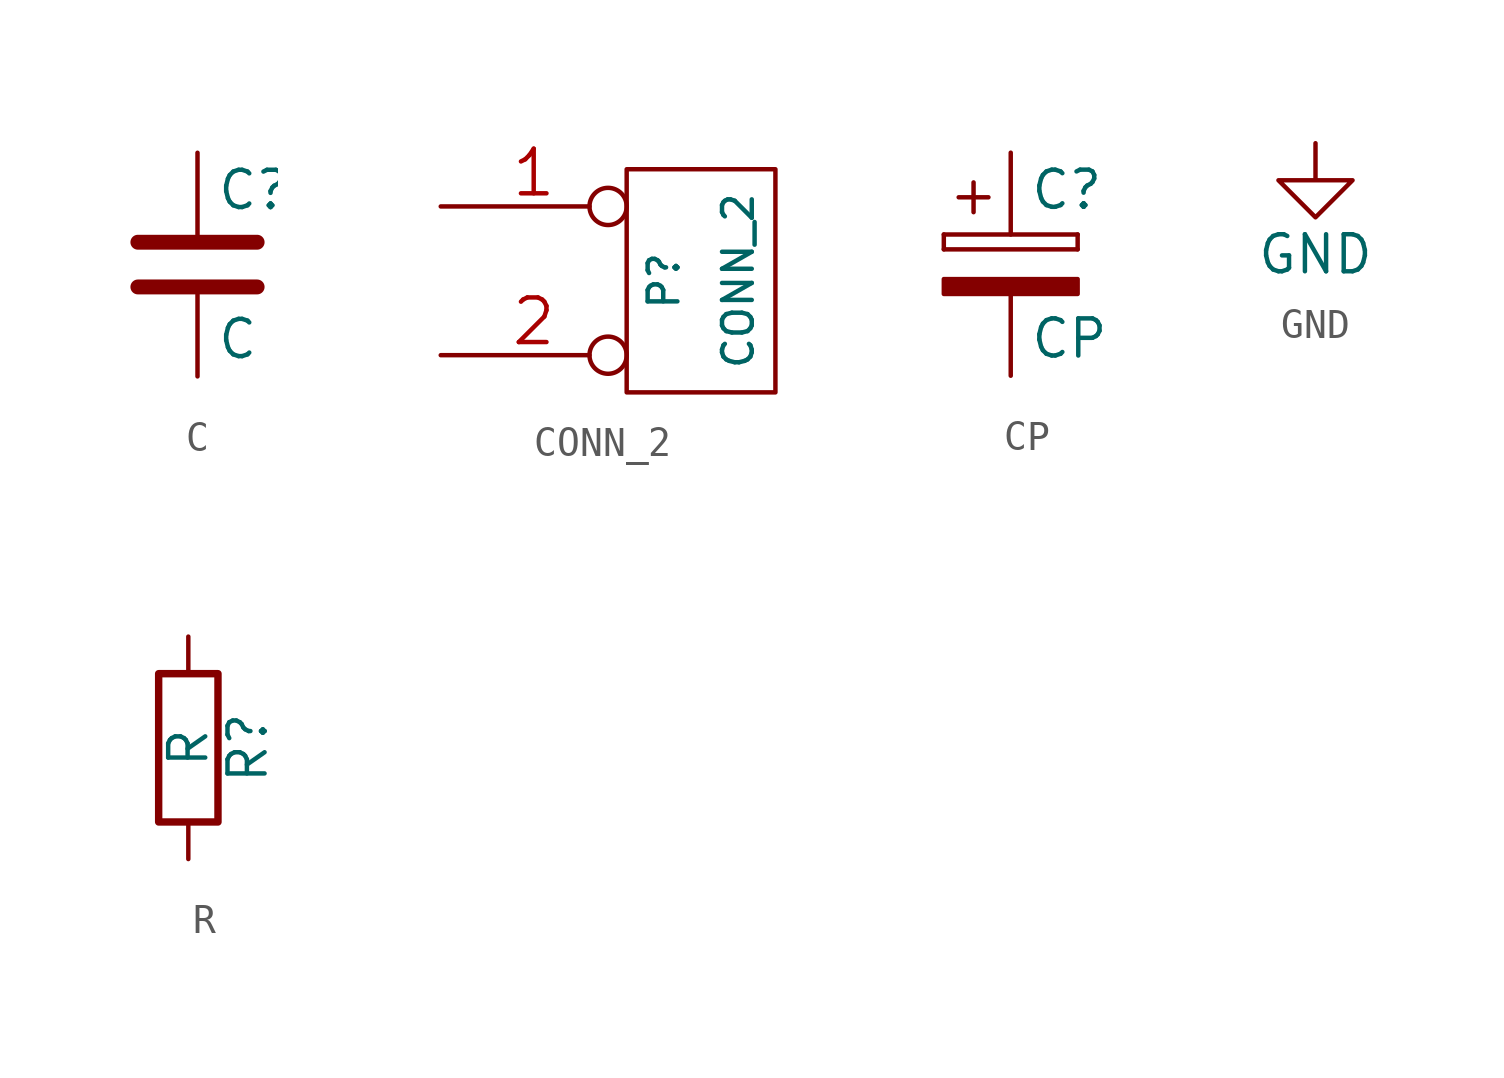
<source format=kicad_sym>
(kicad_symbol_lib
  (version 20201005)
  (generator kicad_symbol_editor)
  (symbol "ecc83_schlib:C"
    (pin_numbers hide)
    (pin_names
      (offset 0.254))
    (property "Reference" "C"
      (at 0.635 2.54 0)
      (effects (font (size 1.27 1.27)) (justify left)))
    (property "Value" "C"
      (at 0.635 -2.54 0)
      (effects (font (size 1.27 1.27)) (justify left)))
    (property "Footprint" ""
      (at 0.965 -3.81 0)
      (effects (font (size 0.762 0.762))))
    (property "Datasheet" ""
      (at 0 0 0)
      (effects (font (size 1.524 1.524))))
    (symbol "C_0_1"
      (polyline (pts (xy -2.032 -0.762) (xy 2.032 -0.762)) (stroke (width 0.508)) (fill (type none)))
      (polyline (pts (xy -2.032 0.762) (xy 2.032 0.762)) (stroke (width 0.508)) (fill (type none))))
    (symbol "C_1_1"
      (pin passive line (at 0 3.81 270) (length 2.794) (name "~" (effects (font (size 1.016 1.016)))) (number "1" (effects (font (size 1.016 1.016)))))
      (pin passive line (at 0 -3.81 90) (length 2.794) (name "~" (effects (font (size 1.016 1.016)))) (number "2" (effects (font (size 1.016 1.016)))))))
  (symbol "ecc83_schlib:CONN_2"
    (pin_names
      (offset 1.016) hide)
    (property "Reference" "P"
      (at -1.27 0 90)
      (effects (font (size 1.016 1.016))))
    (property "Value" "CONN_2"
      (at 1.27 0 90)
      (effects (font (size 1.016 1.016))))
    (property "Footprint" ""
      (at 0 0 0)
      (effects (font (size 1.524 1.524))))
    (property "Datasheet" ""
      (at 0 0 0)
      (effects (font (size 1.524 1.524))))
    (symbol "CONN_2_0_1"
      (rectangle (start -2.54 3.81) (end 2.54 -3.81) (stroke (width 0)) (fill (type none))))
    (symbol "CONN_2_1_1"
      (pin passive inverted (at -8.89 2.54 0) (length 6.35) (name "P1" (effects (font (size 1.524 1.524)))) (number "1" (effects (font (size 1.524 1.524)))))
      (pin passive inverted (at -8.89 -2.54 0) (length 6.35) (name "PM" (effects (font (size 1.524 1.524)))) (number "2" (effects (font (size 1.524 1.524)))))))
  (symbol "ecc83_schlib:CP"
    (pin_numbers hide)
    (pin_names
      (offset 0.254))
    (property "Reference" "C"
      (at 0.635 2.54 0)
      (effects (font (size 1.27 1.27)) (justify left)))
    (property "Value" "CP"
      (at 0.635 -2.54 0)
      (effects (font (size 1.27 1.27)) (justify left)))
    (symbol "CP_0_1"
      (rectangle (start -2.286 0.508) (end -2.286 1.016) (stroke (width 0)) (fill (type none)))
      (rectangle (start -2.286 0.508) (end 2.286 0.508) (stroke (width 0)) (fill (type none)))
      (rectangle (start 2.286 -0.508) (end -2.286 -1.016) (stroke (width 0)) (fill (type outline)))
      (rectangle (start 2.286 1.016) (end -2.286 1.016) (stroke (width 0)) (fill (type none)))
      (rectangle (start 2.286 1.016) (end 2.286 0.508) (stroke (width 0)) (fill (type none)))
      (polyline (pts (xy -1.778 2.286) (xy -0.762 2.286)) (stroke (width 0)) (fill (type none)))
      (polyline (pts (xy -1.27 2.794) (xy -1.27 1.778)) (stroke (width 0)) (fill (type none))))
    (symbol "CP_1_1"
      (pin passive line (at 0 3.81 270) (length 2.794) (name "~" (effects (font (size 1.27 1.27)))) (number "1" (effects (font (size 1.27 1.27)))))
      (pin passive line (at 0 -3.81 90) (length 2.794) (name "~" (effects (font (size 1.27 1.27)))) (number "2" (effects (font (size 1.27 1.27)))))))
  (symbol "ecc83_schlib:GND"
    (power)
    (pin_names
      (offset 0))
    (property "Reference" "#PWR"
      (at 0 -6.35 0)
      (effects (font (size 1.27 1.27)) hide))
    (property "Value" "GND"
      (at 0 -3.81 0)
      (effects (font (size 1.27 1.27))))
    (property "Footprint" ""
      (at 0 0 0)
      (effects (font (size 1.524 1.524))))
    (property "Datasheet" ""
      (at 0 0 0)
      (effects (font (size 1.524 1.524))))
    (symbol "GND_0_1"
      (polyline (pts (xy 0 0) (xy 0 -1.27) (xy 1.27 -1.27) (xy 0 -2.54) (xy -1.27 -1.27) (xy 0 -1.27)) (stroke (width 0)) (fill (type none))))
    (symbol "GND_1_1"
      (pin power_in line (at 0 0 270) (length 0) hide (name "GND" (effects (font (size 1.27 1.27)))) (number "1" (effects (font (size 1.27 1.27)))))))
  (symbol "ecc83_schlib:R"
    (pin_numbers hide)
    (pin_names
      (offset 0))
    (property "Reference" "R"
      (at 2.032 0 90)
      (effects (font (size 1.27 1.27))))
    (property "Value" "R"
      (at 0 0 90)
      (effects (font (size 1.27 1.27))))
    (property "Footprint" ""
      (at -1.778 0 90)
      (effects (font (size 0.762 0.762))))
    (property "Datasheet" ""
      (at 0 0 0)
      (effects (font (size 0.762 0.762))))
    (symbol "R_0_1"
      (rectangle (start -1.016 -2.54) (end 1.016 2.54) (stroke (width 0.254)) (fill (type none))))
    (symbol "R_1_1"
      (pin passive line (at 0 3.81 270) (length 1.27) (name "~" (effects (font (size 1.524 1.524)))) (number "1" (effects (font (size 1.524 1.524)))))
      (pin passive line (at 0 -3.81 90) (length 1.27) (name "~" (effects (font (size 1.524 1.524)))) (number "2" (effects (font (size 1.524 1.524))))))))
</source>
